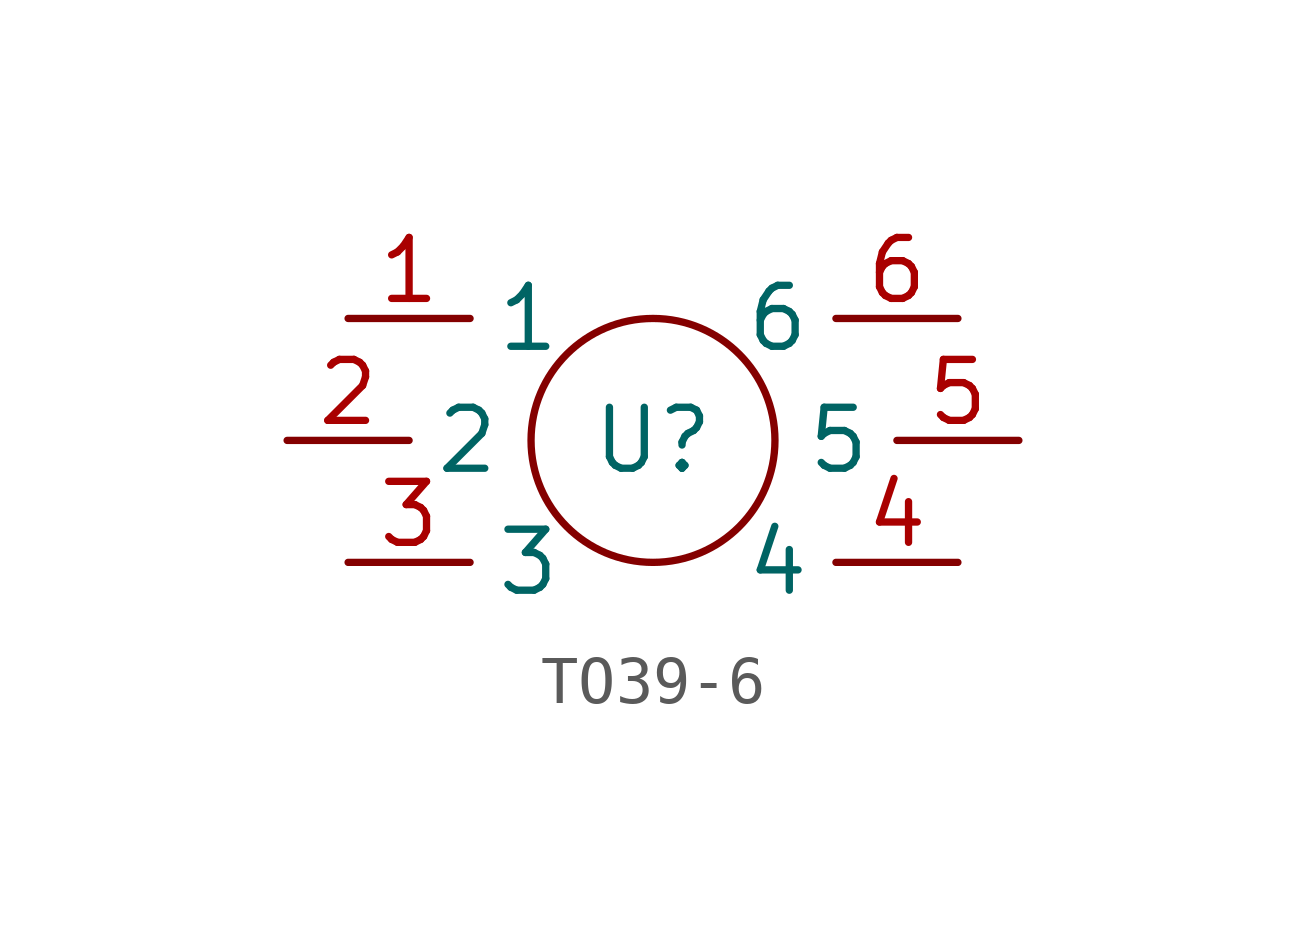
<source format=kicad_sym>
(kicad_symbol_lib
  (version 20241209)
  (generator "kicad_symbol_editor")
  (generator_version "9.0")
  (symbol "TO39-6"
    (property "Reference" "U"
      (at 0 0 0)
      (effects (font (size 1.27 1.27))))
    (property "Value" ""
      (at 0 0 0)
      (effects (font (size 1.27 1.27))))
    (symbol "TO39-6_0_1"
      (circle (center 0 0) (radius 2.54) (stroke (width 0) (type default)) (fill (type none))))
    (symbol "TO39-6_1_1"
      (pin passive line (at -7.62 0 0) (length 2.54) (name "2" (effects (font (size 1.27 1.27)))) (number "2" (effects (font (size 1.27 1.27)))))
      (pin passive line (at -6.35 2.54 0) (length 2.54) (name "1" (effects (font (size 1.27 1.27)))) (number "1" (effects (font (size 1.27 1.27)))))
      (pin passive line (at -6.35 -2.54 0) (length 2.54) (name "3" (effects (font (size 1.27 1.27)))) (number "3" (effects (font (size 1.27 1.27)))))
      (pin passive line (at 6.35 2.54 180) (length 2.54) (name "6" (effects (font (size 1.27 1.27)))) (number "6" (effects (font (size 1.27 1.27)))))
      (pin passive line (at 6.35 -2.54 180) (length 2.54) (name "4" (effects (font (size 1.27 1.27)))) (number "4" (effects (font (size 1.27 1.27)))))
      (pin passive line (at 7.62 0 180) (length 2.54) (name "5" (effects (font (size 1.27 1.27)))) (number "5" (effects (font (size 1.27 1.27))))))))
</source>
